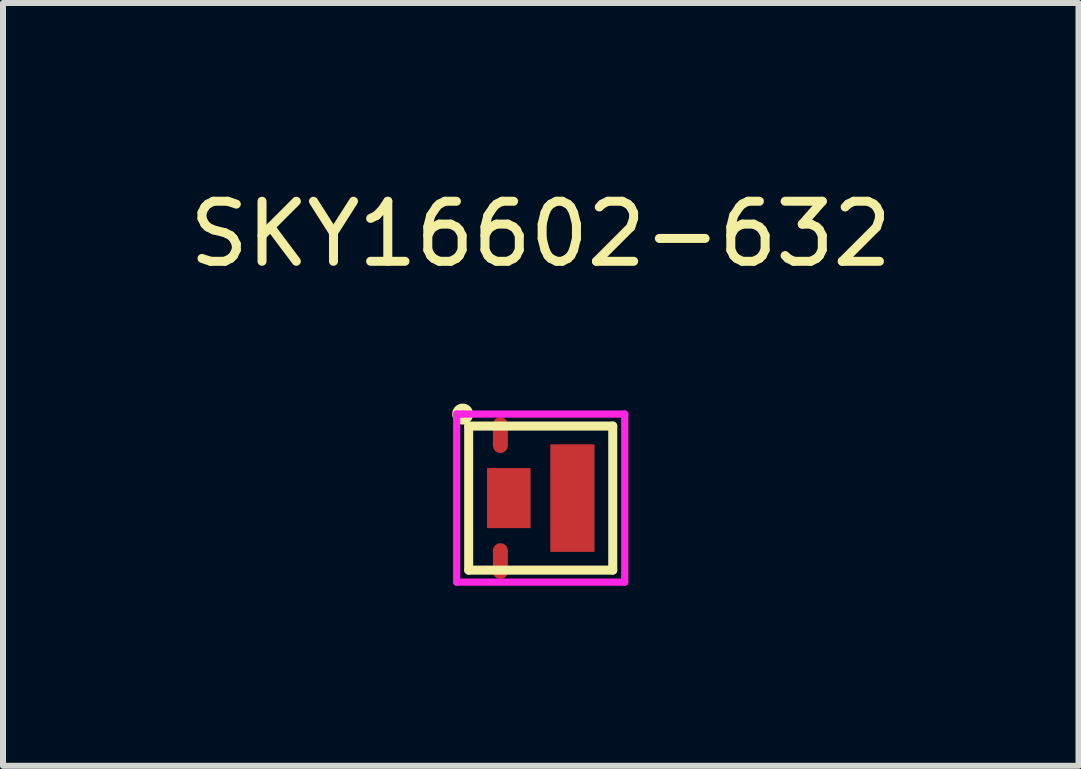
<source format=kicad_pcb>
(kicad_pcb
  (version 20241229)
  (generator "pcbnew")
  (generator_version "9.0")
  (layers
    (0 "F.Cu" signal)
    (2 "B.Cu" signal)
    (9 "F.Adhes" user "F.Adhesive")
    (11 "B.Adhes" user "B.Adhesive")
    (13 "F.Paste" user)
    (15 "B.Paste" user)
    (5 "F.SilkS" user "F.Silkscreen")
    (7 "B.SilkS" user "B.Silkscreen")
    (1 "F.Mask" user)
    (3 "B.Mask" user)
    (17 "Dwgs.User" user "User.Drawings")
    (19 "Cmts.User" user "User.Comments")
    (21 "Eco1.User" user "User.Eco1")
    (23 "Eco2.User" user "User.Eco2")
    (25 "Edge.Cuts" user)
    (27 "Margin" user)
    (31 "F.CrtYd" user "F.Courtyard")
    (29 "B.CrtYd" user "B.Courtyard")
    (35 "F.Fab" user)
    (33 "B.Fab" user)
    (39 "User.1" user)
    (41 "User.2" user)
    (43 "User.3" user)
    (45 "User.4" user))
  (footprint "SKY16602-632"
    (layer "F.Cu")
    (at 5.958 5.248)
    (property "Reference" "SKY16602-632" (at 0 -4.4 0) (layer "F.SilkS") (effects (font (size 1 1) (thickness 0.15))))
    (attr through_hole)
    (fp_line (start -1.2 -1.2) (end 1.2 -1.2) (stroke (width 0.15) (type solid)) (layer "F.SilkS"))
    (fp_line (start -1.2 1.2) (end -1.2 -1.2) (stroke (width 0.15) (type solid)) (layer "F.SilkS"))
    (fp_line (start 1.2 -1.2) (end 1.2 1.2) (stroke (width 0.15) (type solid)) (layer "F.SilkS"))
    (fp_line (start 1.2 1.2) (end -1.2 1.2) (stroke (width 0.15) (type solid)) (layer "F.SilkS"))
    (fp_circle (center -1.3 -1.4) (end -1.4 -1.4) (stroke (width 0.15) (type solid)) (fill no) (layer "F.SilkS"))
    (fp_line (start -1.4 -1.4) (end -1.3 -1.4) (stroke (width 0.12) (type solid)) (layer "F.CrtYd"))
    (fp_line (start -1.4 1.4) (end -1.4 -1.4) (stroke (width 0.12) (type solid)) (layer "F.CrtYd"))
    (fp_line (start -1.3 -1.4) (end 1.4 -1.4) (stroke (width 0.12) (type solid)) (layer "F.CrtYd"))
    (fp_line (start 1.4 -1.4) (end 1.4 1.4) (stroke (width 0.12) (type solid)) (layer "F.CrtYd"))
    (fp_line (start 1.4 1.4) (end -1.4 1.4) (stroke (width 0.12) (type solid)) (layer "F.CrtYd"))
    (pad "1" smd roundrect (at -0.672 -1.05) (size 0.25 0.6) (layers "F.Cu" "F.Mask" "F.Paste") (roundrect_rratio 0.5))
    (pad "2" smd roundrect (at -0.672 1.05) (size 0.25 0.6) (layers "F.Cu" "F.Mask" "F.Paste") (roundrect_rratio 0.5))
    (pad "3" smd rect (at -0.532 0) (size 0.726 1) (layers "F.Cu" "F.Mask" "F.Paste"))
    (pad "4" smd rect (at 0.528 0) (size 0.736 1.792) (layers "F.Cu" "F.Mask" "F.Paste")))
  (gr_rect
    (start -3 -3)
    (end 14.917 9.708)
    (stroke (width 0.1) (type default))
    (fill no)
    (layer "Edge.Cuts")))
</source>
